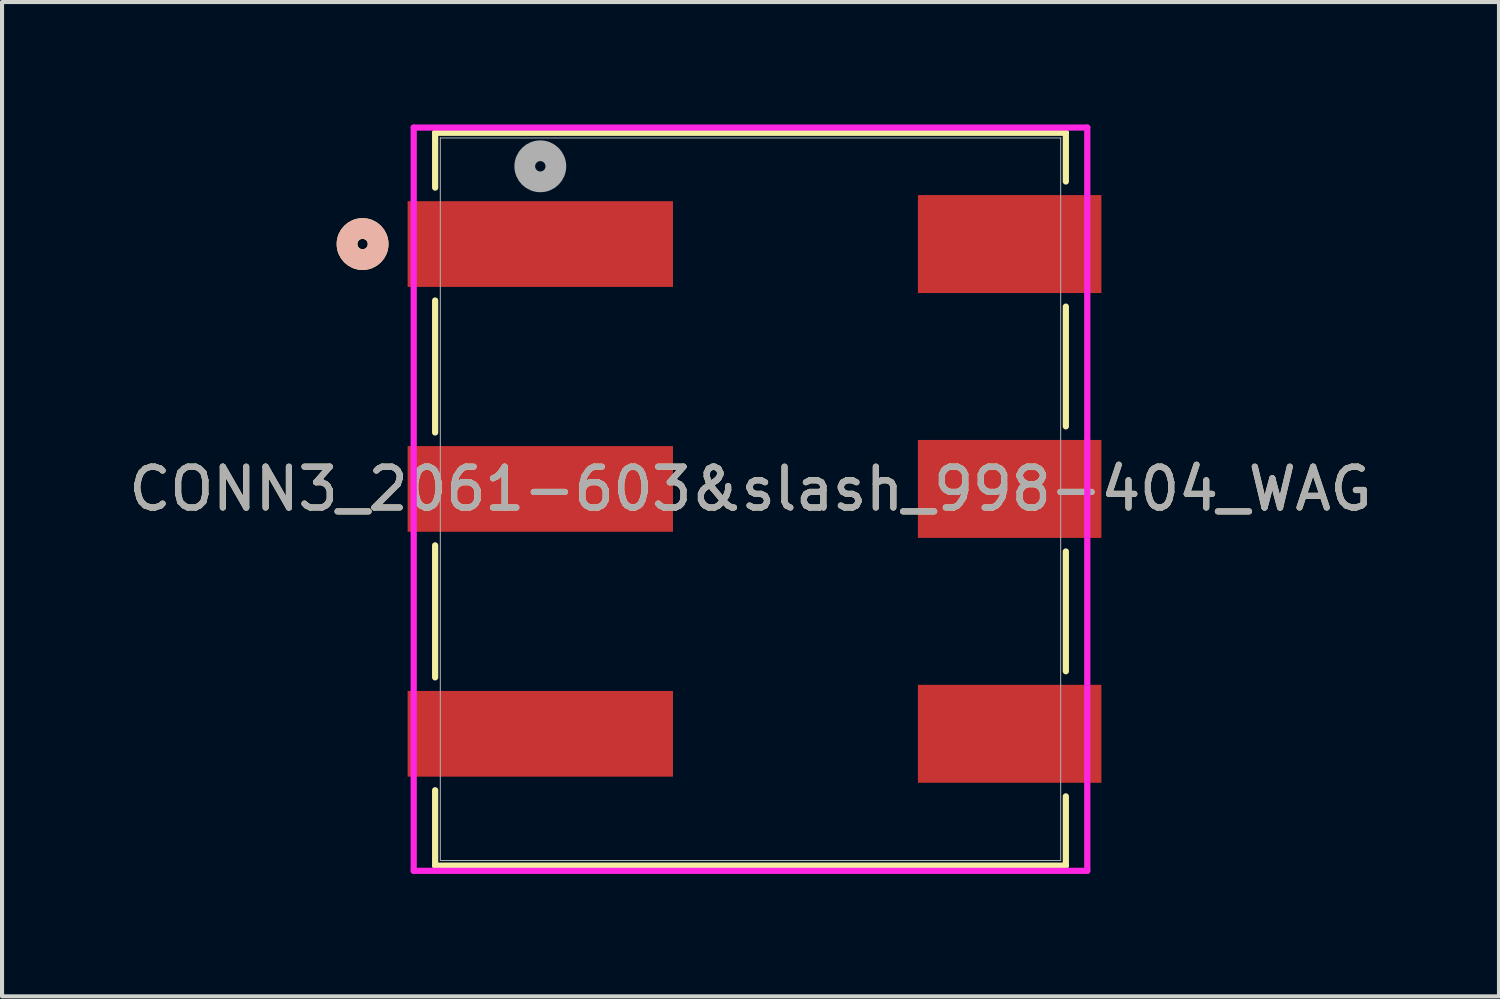
<source format=kicad_pcb>
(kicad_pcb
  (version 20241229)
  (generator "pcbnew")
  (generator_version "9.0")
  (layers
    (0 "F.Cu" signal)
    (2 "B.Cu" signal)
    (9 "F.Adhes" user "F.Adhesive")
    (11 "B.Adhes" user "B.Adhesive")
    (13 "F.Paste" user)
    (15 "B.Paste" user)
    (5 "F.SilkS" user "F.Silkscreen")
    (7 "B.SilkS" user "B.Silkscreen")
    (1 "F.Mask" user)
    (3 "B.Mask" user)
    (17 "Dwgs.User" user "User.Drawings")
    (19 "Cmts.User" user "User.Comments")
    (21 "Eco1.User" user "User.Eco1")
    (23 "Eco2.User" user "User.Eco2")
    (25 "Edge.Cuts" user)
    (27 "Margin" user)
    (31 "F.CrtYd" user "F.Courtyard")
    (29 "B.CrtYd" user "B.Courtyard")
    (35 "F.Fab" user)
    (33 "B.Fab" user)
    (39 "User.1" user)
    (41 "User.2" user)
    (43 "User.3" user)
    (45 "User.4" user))
  (footprint "CONN3_2061-603&slash_998-404_WAG"
    (layer "F.Cu")
    (at 15.339 9.182)
    (property "Reference" "CONN3_2061-603&slash_998-404_WAG" (at 0 -0.252 0) (unlocked yes) (layer "F.SilkS") (effects (font (size 1 1) (thickness 0.15))))
    (attr smd)
    (fp_line (start -7.727 -8.979) (end -7.727 -7.635) (stroke (width 0.152) (type solid)) (layer "F.SilkS"))
    (fp_line (start -7.727 -4.869) (end -7.727 -1.635) (stroke (width 0.152) (type solid)) (layer "F.SilkS"))
    (fp_line (start -7.727 1.131) (end -7.727 4.365) (stroke (width 0.152) (type solid)) (layer "F.SilkS"))
    (fp_line (start -7.727 7.131) (end -7.727 8.979) (stroke (width 0.152) (type solid)) (layer "F.SilkS"))
    (fp_line (start -7.727 8.979) (end 7.727 8.979) (stroke (width 0.152) (type solid)) (layer "F.SilkS"))
    (fp_line (start 7.727 -8.979) (end -7.727 -8.979) (stroke (width 0.152) (type solid)) (layer "F.SilkS"))
    (fp_line (start 7.727 -7.785) (end 7.727 -8.979) (stroke (width 0.152) (type solid)) (layer "F.SilkS"))
    (fp_line (start 7.727 -1.785) (end 7.727 -4.719) (stroke (width 0.152) (type solid)) (layer "F.SilkS"))
    (fp_line (start 7.727 4.215) (end 7.727 1.281) (stroke (width 0.152) (type solid)) (layer "F.SilkS"))
    (fp_line (start 7.727 8.979) (end 7.727 7.281) (stroke (width 0.152) (type solid)) (layer "F.SilkS"))
    (fp_circle (center -9.505 -6.252) (end -9.124 -6.252) (stroke (width 0.508) (type solid)) (fill no) (layer "F.SilkS"))
    (fp_circle (center -9.505 -6.252) (end -9.124 -6.252) (stroke (width 0.508) (type solid)) (fill no) (layer "B.SilkS"))
    (fp_line (start -8.252 -9.106) (end -8.252 9.106) (stroke (width 0.152) (type solid)) (layer "F.CrtYd"))
    (fp_line (start -8.252 9.106) (end 8.252 9.106) (stroke (width 0.152) (type solid)) (layer "F.CrtYd"))
    (fp_line (start 8.252 -9.106) (end -8.252 -9.106) (stroke (width 0.152) (type solid)) (layer "F.CrtYd"))
    (fp_line (start 8.252 9.106) (end 8.252 -9.106) (stroke (width 0.152) (type solid)) (layer "F.CrtYd"))
    (fp_line (start -7.6 -8.852) (end -7.6 8.852) (stroke (width 0.025) (type solid)) (layer "F.Fab"))
    (fp_line (start -7.6 8.852) (end 7.6 8.852) (stroke (width 0.025) (type solid)) (layer "F.Fab"))
    (fp_line (start 7.6 -8.852) (end -7.6 -8.852) (stroke (width 0.025) (type solid)) (layer "F.Fab"))
    (fp_line (start 7.6 8.852) (end 7.6 -8.852) (stroke (width 0.025) (type solid)) (layer "F.Fab"))
    (fp_circle (center -5.15 -8.157) (end -4.769 -8.157) (stroke (width 0.508) (type solid)) (fill no) (layer "F.Fab"))
    (fp_text user "${REFERENCE}" (at 0 -0.252 0) (unlocked yes) (layer "F.Fab") (effects (font (size 1 1) (thickness 0.15))))
    (pad "1" smd rect (at -5.15 -6.252) (size 6.502 2.1) (layers "F.Cu" "F.Mask" "F.Paste"))
    (pad "2" smd rect (at 6.35 -6.252) (size 4.496 2.4) (layers "F.Cu" "F.Mask" "F.Paste"))
    (pad "3" smd rect (at -5.15 -0.252) (size 6.502 2.1) (layers "F.Cu" "F.Mask" "F.Paste"))
    (pad "4" smd rect (at 6.35 -0.252) (size 4.496 2.4) (layers "F.Cu" "F.Mask" "F.Paste"))
    (pad "5" smd rect (at -5.15 5.748) (size 6.502 2.1) (layers "F.Cu" "F.Mask" "F.Paste"))
    (pad "6" smd rect (at 6.35 5.748) (size 4.496 2.4) (layers "F.Cu" "F.Mask" "F.Paste")))
  (gr_rect
    (start -3 -3)
    (end 33.679 21.364)
    (stroke (width 0.1) (type default))
    (fill no)
    (layer "Edge.Cuts")))
</source>
